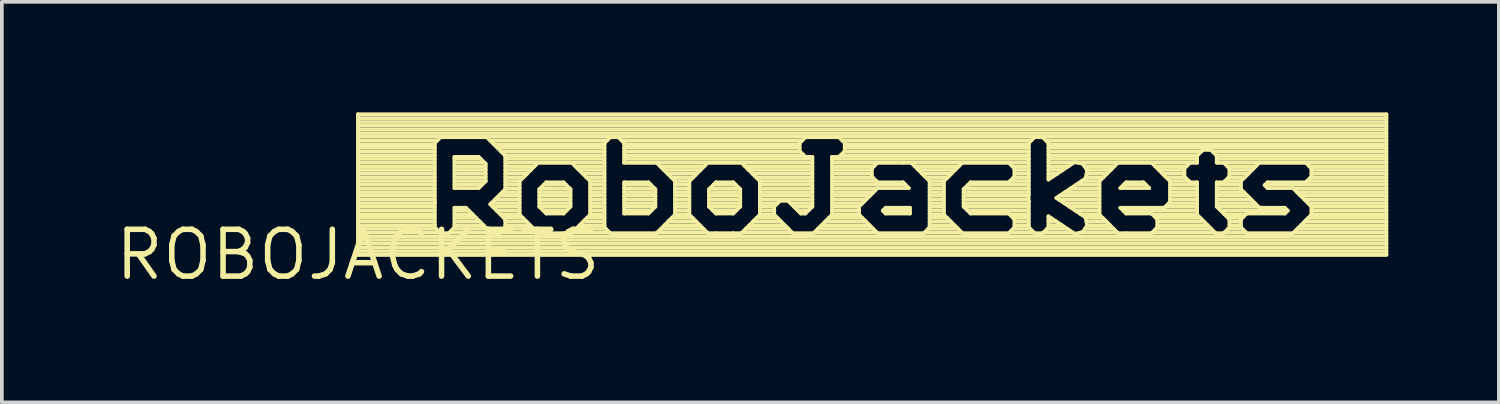
<source format=kicad_pcb>
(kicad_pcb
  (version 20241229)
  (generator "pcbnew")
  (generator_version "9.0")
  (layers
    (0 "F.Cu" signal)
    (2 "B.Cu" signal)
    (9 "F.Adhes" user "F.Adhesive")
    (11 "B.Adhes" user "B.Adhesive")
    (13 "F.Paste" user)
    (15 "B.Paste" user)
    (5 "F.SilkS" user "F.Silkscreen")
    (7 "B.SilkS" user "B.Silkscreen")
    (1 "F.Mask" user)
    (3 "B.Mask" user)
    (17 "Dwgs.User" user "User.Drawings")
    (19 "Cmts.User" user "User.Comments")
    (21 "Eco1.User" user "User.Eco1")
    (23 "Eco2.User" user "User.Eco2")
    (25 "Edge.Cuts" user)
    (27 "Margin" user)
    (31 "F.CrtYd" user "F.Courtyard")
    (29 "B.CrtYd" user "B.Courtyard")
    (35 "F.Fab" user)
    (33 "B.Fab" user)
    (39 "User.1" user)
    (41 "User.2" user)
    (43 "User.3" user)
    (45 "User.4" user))
  (footprint "ROBOJACKETS"
    (layer "F.Cu")
    (at 6.66 3.86)
    (property "Reference" "ROBOJACKETS" (at 0 0 0) (layer "F.SilkS") (effects (font (size 1.27 1.27) (thickness 0.15))))
    (fp_line (start 0 -3.81) (end 27.9 -3.81) (stroke (width 0.1) (type solid)) (layer "F.SilkS"))
    (fp_line (start 0 -3.8) (end 27.9 -3.8) (stroke (width 0.1) (type solid)) (layer "F.SilkS"))
    (fp_line (start 0 -3.7) (end 27.9 -3.7) (stroke (width 0.1) (type solid)) (layer "F.SilkS"))
    (fp_line (start 0 -3.6) (end 27.9 -3.6) (stroke (width 0.1) (type solid)) (layer "F.SilkS"))
    (fp_line (start 0 -3.5) (end 27.9 -3.5) (stroke (width 0.1) (type solid)) (layer "F.SilkS"))
    (fp_line (start 0 -3.4) (end 27.9 -3.4) (stroke (width 0.1) (type solid)) (layer "F.SilkS"))
    (fp_line (start 0 -3.3) (end 27.9 -3.3) (stroke (width 0.1) (type solid)) (layer "F.SilkS"))
    (fp_line (start 0 -3.2) (end 27.9 -3.2) (stroke (width 0.1) (type solid)) (layer "F.SilkS"))
    (fp_line (start 0 -3.1) (end 2.154 -3.1) (stroke (width 0.1) (type solid)) (layer "F.SilkS"))
    (fp_line (start 0 -3) (end 2.085 -3) (stroke (width 0.1) (type solid)) (layer "F.SilkS"))
    (fp_line (start 0 -2.9) (end 2.085 -2.9) (stroke (width 0.1) (type solid)) (layer "F.SilkS"))
    (fp_line (start 0 -2.8) (end 2.085 -2.8) (stroke (width 0.1) (type solid)) (layer "F.SilkS"))
    (fp_line (start 0 -2.7) (end 2.085 -2.7) (stroke (width 0.1) (type solid)) (layer "F.SilkS"))
    (fp_line (start 0 -2.6) (end 2.085 -2.6) (stroke (width 0.1) (type solid)) (layer "F.SilkS"))
    (fp_line (start 0 -2.5) (end 2.085 -2.5) (stroke (width 0.1) (type solid)) (layer "F.SilkS"))
    (fp_line (start 0 -2.4) (end 2.085 -2.4) (stroke (width 0.1) (type solid)) (layer "F.SilkS"))
    (fp_line (start 0 -2.3) (end 2.085 -2.3) (stroke (width 0.1) (type solid)) (layer "F.SilkS"))
    (fp_line (start 0 -2.2) (end 2.085 -2.2) (stroke (width 0.1) (type solid)) (layer "F.SilkS"))
    (fp_line (start 0 -2.1) (end 2.085 -2.1) (stroke (width 0.1) (type solid)) (layer "F.SilkS"))
    (fp_line (start 0 -2) (end 2.085 -2) (stroke (width 0.1) (type solid)) (layer "F.SilkS"))
    (fp_line (start 0 -1.9) (end 2.085 -1.9) (stroke (width 0.1) (type solid)) (layer "F.SilkS"))
    (fp_line (start 0 -1.8) (end 2.085 -1.8) (stroke (width 0.1) (type solid)) (layer "F.SilkS"))
    (fp_line (start 0 -1.7) (end 2.085 -1.7) (stroke (width 0.1) (type solid)) (layer "F.SilkS"))
    (fp_line (start 0 -1.6) (end 2.085 -1.6) (stroke (width 0.1) (type solid)) (layer "F.SilkS"))
    (fp_line (start 0 -1.5) (end 2.085 -1.5) (stroke (width 0.1) (type solid)) (layer "F.SilkS"))
    (fp_line (start 0 -1.4) (end 2.085 -1.4) (stroke (width 0.1) (type solid)) (layer "F.SilkS"))
    (fp_line (start 0 -1.3) (end 2.085 -1.3) (stroke (width 0.1) (type solid)) (layer "F.SilkS"))
    (fp_line (start 0 -1.2) (end 2.085 -1.2) (stroke (width 0.1) (type solid)) (layer "F.SilkS"))
    (fp_line (start 0 -1.1) (end 2.085 -1.1) (stroke (width 0.1) (type solid)) (layer "F.SilkS"))
    (fp_line (start 0 -1) (end 2.085 -1) (stroke (width 0.1) (type solid)) (layer "F.SilkS"))
    (fp_line (start 0 -0.9) (end 2.085 -0.9) (stroke (width 0.1) (type solid)) (layer "F.SilkS"))
    (fp_line (start 0 -0.8) (end 2.085 -0.8) (stroke (width 0.1) (type solid)) (layer "F.SilkS"))
    (fp_line (start 0 -0.7) (end 2.126 -0.7) (stroke (width 0.1) (type solid)) (layer "F.SilkS"))
    (fp_line (start 0 -0.6) (end 2.226 -0.6) (stroke (width 0.1) (type solid)) (layer "F.SilkS"))
    (fp_line (start 0 -0.5) (end 27.9 -0.5) (stroke (width 0.1) (type solid)) (layer "F.SilkS"))
    (fp_line (start 0 -0.4) (end 27.9 -0.4) (stroke (width 0.1) (type solid)) (layer "F.SilkS"))
    (fp_line (start 0 -0.3) (end 27.9 -0.3) (stroke (width 0.1) (type solid)) (layer "F.SilkS"))
    (fp_line (start 0 -0.2) (end 27.9 -0.2) (stroke (width 0.1) (type solid)) (layer "F.SilkS"))
    (fp_line (start 0 -0.1) (end 27.9 -0.1) (stroke (width 0.1) (type solid)) (layer "F.SilkS"))
    (fp_line (start 0 0) (end 0 -3.81) (stroke (width 0.1) (type solid)) (layer "F.SilkS"))
    (fp_line (start 0 0) (end 27.9 0) (stroke (width 0.1) (type solid)) (layer "F.SilkS"))
    (fp_line (start 2.085 -3.031) (end 2.085 -1.431) (stroke (width 0.1) (type solid)) (layer "F.SilkS"))
    (fp_line (start 2.085 -1.431) (end 2.085 -0.741) (stroke (width 0.1) (type solid)) (layer "F.SilkS"))
    (fp_line (start 2.085 -0.741) (end 2.241 -0.585) (stroke (width 0.1) (type solid)) (layer "F.SilkS"))
    (fp_line (start 2.241 -3.187) (end 2.085 -3.031) (stroke (width 0.1) (type solid)) (layer "F.SilkS"))
    (fp_line (start 2.241 -0.585) (end 2.461 -0.585) (stroke (width 0.1) (type solid)) (layer "F.SilkS"))
    (fp_line (start 2.461 -0.585) (end 2.617 -0.741) (stroke (width 0.1) (type solid)) (layer "F.SilkS"))
    (fp_line (start 2.476 -0.6) (end 3.606 -0.6) (stroke (width 0.1) (type solid)) (layer "F.SilkS"))
    (fp_line (start 2.576 -0.7) (end 3.506 -0.7) (stroke (width 0.1) (type solid)) (layer "F.SilkS"))
    (fp_line (start 2.617 -2.655) (end 3.276 -2.655) (stroke (width 0.1) (type solid)) (layer "F.SilkS"))
    (fp_line (start 2.617 -2.6) (end 3.331 -2.6) (stroke (width 0.1) (type solid)) (layer "F.SilkS"))
    (fp_line (start 2.617 -2.5) (end 3.431 -2.5) (stroke (width 0.1) (type solid)) (layer "F.SilkS"))
    (fp_line (start 2.617 -2.4) (end 3.465 -2.4) (stroke (width 0.1) (type solid)) (layer "F.SilkS"))
    (fp_line (start 2.617 -2.3) (end 3.465 -2.3) (stroke (width 0.1) (type solid)) (layer "F.SilkS"))
    (fp_line (start 2.617 -2.2) (end 3.465 -2.2) (stroke (width 0.1) (type solid)) (layer "F.SilkS"))
    (fp_line (start 2.617 -2.1) (end 3.465 -2.1) (stroke (width 0.1) (type solid)) (layer "F.SilkS"))
    (fp_line (start 2.617 -2) (end 3.465 -2) (stroke (width 0.1) (type solid)) (layer "F.SilkS"))
    (fp_line (start 2.617 -1.9) (end 3.369 -1.9) (stroke (width 0.1) (type solid)) (layer "F.SilkS"))
    (fp_line (start 2.617 -1.807) (end 2.617 -2.655) (stroke (width 0.1) (type solid)) (layer "F.SilkS"))
    (fp_line (start 2.617 -1.275) (end 2.931 -1.275) (stroke (width 0.1) (type solid)) (layer "F.SilkS"))
    (fp_line (start 2.617 -1.2) (end 3.006 -1.2) (stroke (width 0.1) (type solid)) (layer "F.SilkS"))
    (fp_line (start 2.617 -1.1) (end 3.106 -1.1) (stroke (width 0.1) (type solid)) (layer "F.SilkS"))
    (fp_line (start 2.617 -1) (end 3.206 -1) (stroke (width 0.1) (type solid)) (layer "F.SilkS"))
    (fp_line (start 2.617 -0.9) (end 3.306 -0.9) (stroke (width 0.1) (type solid)) (layer "F.SilkS"))
    (fp_line (start 2.617 -0.8) (end 3.406 -0.8) (stroke (width 0.1) (type solid)) (layer "F.SilkS"))
    (fp_line (start 2.617 -0.741) (end 2.617 -1.275) (stroke (width 0.1) (type solid)) (layer "F.SilkS"))
    (fp_line (start 2.931 -1.275) (end 3.621 -0.585) (stroke (width 0.1) (type solid)) (layer "F.SilkS"))
    (fp_line (start 3.276 -2.655) (end 3.465 -2.466) (stroke (width 0.1) (type solid)) (layer "F.SilkS"))
    (fp_line (start 3.276 -1.807) (end 2.617 -1.807) (stroke (width 0.1) (type solid)) (layer "F.SilkS"))
    (fp_line (start 3.465 -2.466) (end 3.465 -1.996) (stroke (width 0.1) (type solid)) (layer "F.SilkS"))
    (fp_line (start 3.465 -1.996) (end 3.276 -1.807) (stroke (width 0.1) (type solid)) (layer "F.SilkS"))
    (fp_line (start 3.496 -3.187) (end 2.241 -3.187) (stroke (width 0.1) (type solid)) (layer "F.SilkS"))
    (fp_line (start 3.583 -3.1) (end 6.758 -3.1) (stroke (width 0.1) (type solid)) (layer "F.SilkS"))
    (fp_line (start 3.589 -1.368) (end 3.997 -1.776) (stroke (width 0.1) (type solid)) (layer "F.SilkS"))
    (fp_line (start 3.621 -0.585) (end 3.841 -0.585) (stroke (width 0.1) (type solid)) (layer "F.SilkS"))
    (fp_line (start 3.621 -1.4) (end 4.387 -1.4) (stroke (width 0.1) (type solid)) (layer "F.SilkS"))
    (fp_line (start 3.658 -1.3) (end 4.387 -1.3) (stroke (width 0.1) (type solid)) (layer "F.SilkS"))
    (fp_line (start 3.683 -3) (end 6.689 -3) (stroke (width 0.1) (type solid)) (layer "F.SilkS"))
    (fp_line (start 3.721 -1.5) (end 4.387 -1.5) (stroke (width 0.1) (type solid)) (layer "F.SilkS"))
    (fp_line (start 3.758 -1.2) (end 4.387 -1.2) (stroke (width 0.1) (type solid)) (layer "F.SilkS"))
    (fp_line (start 3.783 -2.9) (end 6.689 -2.9) (stroke (width 0.1) (type solid)) (layer "F.SilkS"))
    (fp_line (start 3.821 -1.6) (end 4.387 -1.6) (stroke (width 0.1) (type solid)) (layer "F.SilkS"))
    (fp_line (start 3.841 -0.585) (end 3.997 -0.741) (stroke (width 0.1) (type solid)) (layer "F.SilkS"))
    (fp_line (start 3.856 -0.6) (end 4.873 -0.6) (stroke (width 0.1) (type solid)) (layer "F.SilkS"))
    (fp_line (start 3.858 -1.1) (end 4.387 -1.1) (stroke (width 0.1) (type solid)) (layer "F.SilkS"))
    (fp_line (start 3.883 -2.8) (end 6.689 -2.8) (stroke (width 0.1) (type solid)) (layer "F.SilkS"))
    (fp_line (start 3.921 -1.7) (end 4.387 -1.7) (stroke (width 0.1) (type solid)) (layer "F.SilkS"))
    (fp_line (start 3.956 -0.7) (end 4.773 -0.7) (stroke (width 0.1) (type solid)) (layer "F.SilkS"))
    (fp_line (start 3.958 -1) (end 4.473 -1) (stroke (width 0.1) (type solid)) (layer "F.SilkS"))
    (fp_line (start 3.983 -2.7) (end 6.689 -2.7) (stroke (width 0.1) (type solid)) (layer "F.SilkS"))
    (fp_line (start 3.993 -2.69) (end 3.496 -3.187) (stroke (width 0.1) (type solid)) (layer "F.SilkS"))
    (fp_line (start 3.997 -2.686) (end 3.993 -2.69) (stroke (width 0.1) (type solid)) (layer "F.SilkS"))
    (fp_line (start 3.997 -2.6) (end 6.689 -2.6) (stroke (width 0.1) (type solid)) (layer "F.SilkS"))
    (fp_line (start 3.997 -2.5) (end 6.689 -2.5) (stroke (width 0.1) (type solid)) (layer "F.SilkS"))
    (fp_line (start 3.997 -2.4) (end 4.791 -2.4) (stroke (width 0.1) (type solid)) (layer "F.SilkS"))
    (fp_line (start 3.997 -2.3) (end 4.691 -2.3) (stroke (width 0.1) (type solid)) (layer "F.SilkS"))
    (fp_line (start 3.997 -2.2) (end 4.591 -2.2) (stroke (width 0.1) (type solid)) (layer "F.SilkS"))
    (fp_line (start 3.997 -2.1) (end 4.491 -2.1) (stroke (width 0.1) (type solid)) (layer "F.SilkS"))
    (fp_line (start 3.997 -2) (end 4.391 -2) (stroke (width 0.1) (type solid)) (layer "F.SilkS"))
    (fp_line (start 3.997 -1.9) (end 4.387 -1.9) (stroke (width 0.1) (type solid)) (layer "F.SilkS"))
    (fp_line (start 3.997 -1.8) (end 4.387 -1.8) (stroke (width 0.1) (type solid)) (layer "F.SilkS"))
    (fp_line (start 3.997 -1.776) (end 3.997 -2.686) (stroke (width 0.1) (type solid)) (layer "F.SilkS"))
    (fp_line (start 3.997 -0.961) (end 3.589 -1.368) (stroke (width 0.1) (type solid)) (layer "F.SilkS"))
    (fp_line (start 3.997 -0.9) (end 4.573 -0.9) (stroke (width 0.1) (type solid)) (layer "F.SilkS"))
    (fp_line (start 3.997 -0.8) (end 4.673 -0.8) (stroke (width 0.1) (type solid)) (layer "F.SilkS"))
    (fp_line (start 3.997 -0.741) (end 3.997 -0.961) (stroke (width 0.1) (type solid)) (layer "F.SilkS"))
    (fp_line (start 4.387 -1.996) (end 4.387 -1.086) (stroke (width 0.1) (type solid)) (layer "F.SilkS"))
    (fp_line (start 4.387 -1.086) (end 4.888 -0.585) (stroke (width 0.1) (type solid)) (layer "F.SilkS"))
    (fp_line (start 4.543 -2.152) (end 4.387 -1.996) (stroke (width 0.1) (type solid)) (layer "F.SilkS"))
    (fp_line (start 4.888 -2.497) (end 4.543 -2.152) (stroke (width 0.1) (type solid)) (layer "F.SilkS"))
    (fp_line (start 4.888 -0.585) (end 5.108 -0.585) (stroke (width 0.1) (type solid)) (layer "F.SilkS"))
    (fp_line (start 4.919 -1.776) (end 5.108 -1.965) (stroke (width 0.1) (type solid)) (layer "F.SilkS"))
    (fp_line (start 4.919 -1.7) (end 5.767 -1.7) (stroke (width 0.1) (type solid)) (layer "F.SilkS"))
    (fp_line (start 4.919 -1.6) (end 5.767 -1.6) (stroke (width 0.1) (type solid)) (layer "F.SilkS"))
    (fp_line (start 4.919 -1.5) (end 5.767 -1.5) (stroke (width 0.1) (type solid)) (layer "F.SilkS"))
    (fp_line (start 4.919 -1.4) (end 5.767 -1.4) (stroke (width 0.1) (type solid)) (layer "F.SilkS"))
    (fp_line (start 4.919 -1.306) (end 4.919 -1.776) (stroke (width 0.1) (type solid)) (layer "F.SilkS"))
    (fp_line (start 4.925 -1.3) (end 5.761 -1.3) (stroke (width 0.1) (type solid)) (layer "F.SilkS"))
    (fp_line (start 4.943 -1.8) (end 5.743 -1.8) (stroke (width 0.1) (type solid)) (layer "F.SilkS"))
    (fp_line (start 5.025 -1.2) (end 5.661 -1.2) (stroke (width 0.1) (type solid)) (layer "F.SilkS"))
    (fp_line (start 5.043 -1.9) (end 5.643 -1.9) (stroke (width 0.1) (type solid)) (layer "F.SilkS"))
    (fp_line (start 5.108 -1.965) (end 5.578 -1.965) (stroke (width 0.1) (type solid)) (layer "F.SilkS"))
    (fp_line (start 5.108 -1.117) (end 4.919 -1.306) (stroke (width 0.1) (type solid)) (layer "F.SilkS"))
    (fp_line (start 5.108 -0.585) (end 5.578 -0.585) (stroke (width 0.1) (type solid)) (layer "F.SilkS"))
    (fp_line (start 5.578 -1.965) (end 5.767 -1.776) (stroke (width 0.1) (type solid)) (layer "F.SilkS"))
    (fp_line (start 5.578 -1.117) (end 5.108 -1.117) (stroke (width 0.1) (type solid)) (layer "F.SilkS"))
    (fp_line (start 5.578 -0.585) (end 5.798 -0.585) (stroke (width 0.1) (type solid)) (layer "F.SilkS"))
    (fp_line (start 5.767 -1.776) (end 5.767 -1.306) (stroke (width 0.1) (type solid)) (layer "F.SilkS"))
    (fp_line (start 5.767 -1.306) (end 5.578 -1.117) (stroke (width 0.1) (type solid)) (layer "F.SilkS"))
    (fp_line (start 5.798 -2.497) (end 4.888 -2.497) (stroke (width 0.1) (type solid)) (layer "F.SilkS"))
    (fp_line (start 5.798 -0.585) (end 6.143 -0.93) (stroke (width 0.1) (type solid)) (layer "F.SilkS"))
    (fp_line (start 5.813 -0.6) (end 6.83 -0.6) (stroke (width 0.1) (type solid)) (layer "F.SilkS"))
    (fp_line (start 5.895 -2.4) (end 6.689 -2.4) (stroke (width 0.1) (type solid)) (layer "F.SilkS"))
    (fp_line (start 5.913 -0.7) (end 6.73 -0.7) (stroke (width 0.1) (type solid)) (layer "F.SilkS"))
    (fp_line (start 5.954 -2.341) (end 5.798 -2.497) (stroke (width 0.1) (type solid)) (layer "F.SilkS"))
    (fp_line (start 5.995 -2.3) (end 6.689 -2.3) (stroke (width 0.1) (type solid)) (layer "F.SilkS"))
    (fp_line (start 6.013 -0.8) (end 6.689 -0.8) (stroke (width 0.1) (type solid)) (layer "F.SilkS"))
    (fp_line (start 6.095 -2.2) (end 6.689 -2.2) (stroke (width 0.1) (type solid)) (layer "F.SilkS"))
    (fp_line (start 6.113 -0.9) (end 6.689 -0.9) (stroke (width 0.1) (type solid)) (layer "F.SilkS"))
    (fp_line (start 6.143 -0.93) (end 6.299 -1.086) (stroke (width 0.1) (type solid)) (layer "F.SilkS"))
    (fp_line (start 6.195 -2.1) (end 6.689 -2.1) (stroke (width 0.1) (type solid)) (layer "F.SilkS"))
    (fp_line (start 6.213 -1) (end 6.689 -1) (stroke (width 0.1) (type solid)) (layer "F.SilkS"))
    (fp_line (start 6.295 -2) (end 6.689 -2) (stroke (width 0.1) (type solid)) (layer "F.SilkS"))
    (fp_line (start 6.299 -1.996) (end 5.954 -2.341) (stroke (width 0.1) (type solid)) (layer "F.SilkS"))
    (fp_line (start 6.299 -1.9) (end 6.689 -1.9) (stroke (width 0.1) (type solid)) (layer "F.SilkS"))
    (fp_line (start 6.299 -1.8) (end 6.689 -1.8) (stroke (width 0.1) (type solid)) (layer "F.SilkS"))
    (fp_line (start 6.299 -1.7) (end 6.689 -1.7) (stroke (width 0.1) (type solid)) (layer "F.SilkS"))
    (fp_line (start 6.299 -1.6) (end 6.689 -1.6) (stroke (width 0.1) (type solid)) (layer "F.SilkS"))
    (fp_line (start 6.299 -1.5) (end 6.689 -1.5) (stroke (width 0.1) (type solid)) (layer "F.SilkS"))
    (fp_line (start 6.299 -1.4) (end 6.689 -1.4) (stroke (width 0.1) (type solid)) (layer "F.SilkS"))
    (fp_line (start 6.299 -1.3) (end 6.689 -1.3) (stroke (width 0.1) (type solid)) (layer "F.SilkS"))
    (fp_line (start 6.299 -1.2) (end 6.689 -1.2) (stroke (width 0.1) (type solid)) (layer "F.SilkS"))
    (fp_line (start 6.299 -1.1) (end 6.689 -1.1) (stroke (width 0.1) (type solid)) (layer "F.SilkS"))
    (fp_line (start 6.299 -1.086) (end 6.299 -1.996) (stroke (width 0.1) (type solid)) (layer "F.SilkS"))
    (fp_line (start 6.689 -3.031) (end 6.689 -0.741) (stroke (width 0.1) (type solid)) (layer "F.SilkS"))
    (fp_line (start 6.689 -0.741) (end 6.845 -0.585) (stroke (width 0.1) (type solid)) (layer "F.SilkS"))
    (fp_line (start 6.845 -3.187) (end 6.689 -3.031) (stroke (width 0.1) (type solid)) (layer "F.SilkS"))
    (fp_line (start 6.845 -0.585) (end 8.1 -0.585) (stroke (width 0.1) (type solid)) (layer "F.SilkS"))
    (fp_line (start 7.065 -3.187) (end 6.845 -3.187) (stroke (width 0.1) (type solid)) (layer "F.SilkS"))
    (fp_line (start 7.152 -3.1) (end 12.052 -3.1) (stroke (width 0.1) (type solid)) (layer "F.SilkS"))
    (fp_line (start 7.221 -3.031) (end 7.065 -3.187) (stroke (width 0.1) (type solid)) (layer "F.SilkS"))
    (fp_line (start 7.221 -3) (end 11.983 -3) (stroke (width 0.1) (type solid)) (layer "F.SilkS"))
    (fp_line (start 7.221 -2.9) (end 11.983 -2.9) (stroke (width 0.1) (type solid)) (layer "F.SilkS"))
    (fp_line (start 7.221 -2.8) (end 11.994 -2.8) (stroke (width 0.1) (type solid)) (layer "F.SilkS"))
    (fp_line (start 7.221 -2.7) (end 12.094 -2.7) (stroke (width 0.1) (type solid)) (layer "F.SilkS"))
    (fp_line (start 7.221 -2.6) (end 12.328 -2.6) (stroke (width 0.1) (type solid)) (layer "F.SilkS"))
    (fp_line (start 7.221 -2.5) (end 12.328 -2.5) (stroke (width 0.1) (type solid)) (layer "F.SilkS"))
    (fp_line (start 7.221 -2.497) (end 7.221 -3.031) (stroke (width 0.1) (type solid)) (layer "F.SilkS"))
    (fp_line (start 7.221 -1.965) (end 7.88 -1.965) (stroke (width 0.1) (type solid)) (layer "F.SilkS"))
    (fp_line (start 7.221 -1.9) (end 7.945 -1.9) (stroke (width 0.1) (type solid)) (layer "F.SilkS"))
    (fp_line (start 7.221 -1.8) (end 8.045 -1.8) (stroke (width 0.1) (type solid)) (layer "F.SilkS"))
    (fp_line (start 7.221 -1.7) (end 8.069 -1.7) (stroke (width 0.1) (type solid)) (layer "F.SilkS"))
    (fp_line (start 7.221 -1.6) (end 8.069 -1.6) (stroke (width 0.1) (type solid)) (layer "F.SilkS"))
    (fp_line (start 7.221 -1.5) (end 8.069 -1.5) (stroke (width 0.1) (type solid)) (layer "F.SilkS"))
    (fp_line (start 7.221 -1.4) (end 8.069 -1.4) (stroke (width 0.1) (type solid)) (layer "F.SilkS"))
    (fp_line (start 7.221 -1.3) (end 8.063 -1.3) (stroke (width 0.1) (type solid)) (layer "F.SilkS"))
    (fp_line (start 7.221 -1.2) (end 7.963 -1.2) (stroke (width 0.1) (type solid)) (layer "F.SilkS"))
    (fp_line (start 7.221 -1.117) (end 7.221 -1.965) (stroke (width 0.1) (type solid)) (layer "F.SilkS"))
    (fp_line (start 7.88 -1.965) (end 8.069 -1.776) (stroke (width 0.1) (type solid)) (layer "F.SilkS"))
    (fp_line (start 7.88 -1.117) (end 7.221 -1.117) (stroke (width 0.1) (type solid)) (layer "F.SilkS"))
    (fp_line (start 8.069 -1.776) (end 8.069 -1.306) (stroke (width 0.1) (type solid)) (layer "F.SilkS"))
    (fp_line (start 8.069 -1.306) (end 7.88 -1.117) (stroke (width 0.1) (type solid)) (layer "F.SilkS"))
    (fp_line (start 8.1 -2.497) (end 7.221 -2.497) (stroke (width 0.1) (type solid)) (layer "F.SilkS"))
    (fp_line (start 8.1 -0.585) (end 8.445 -0.93) (stroke (width 0.1) (type solid)) (layer "F.SilkS"))
    (fp_line (start 8.115 -0.6) (end 9.477 -0.6) (stroke (width 0.1) (type solid)) (layer "F.SilkS"))
    (fp_line (start 8.197 -2.4) (end 9.395 -2.4) (stroke (width 0.1) (type solid)) (layer "F.SilkS"))
    (fp_line (start 8.215 -0.7) (end 9.377 -0.7) (stroke (width 0.1) (type solid)) (layer "F.SilkS"))
    (fp_line (start 8.256 -2.341) (end 8.1 -2.497) (stroke (width 0.1) (type solid)) (layer "F.SilkS"))
    (fp_line (start 8.297 -2.3) (end 9.295 -2.3) (stroke (width 0.1) (type solid)) (layer "F.SilkS"))
    (fp_line (start 8.315 -0.8) (end 9.277 -0.8) (stroke (width 0.1) (type solid)) (layer "F.SilkS"))
    (fp_line (start 8.397 -2.2) (end 9.195 -2.2) (stroke (width 0.1) (type solid)) (layer "F.SilkS"))
    (fp_line (start 8.415 -0.9) (end 9.177 -0.9) (stroke (width 0.1) (type solid)) (layer "F.SilkS"))
    (fp_line (start 8.445 -0.93) (end 8.601 -1.086) (stroke (width 0.1) (type solid)) (layer "F.SilkS"))
    (fp_line (start 8.497 -2.1) (end 9.095 -2.1) (stroke (width 0.1) (type solid)) (layer "F.SilkS"))
    (fp_line (start 8.515 -1) (end 9.077 -1) (stroke (width 0.1) (type solid)) (layer "F.SilkS"))
    (fp_line (start 8.597 -2) (end 8.995 -2) (stroke (width 0.1) (type solid)) (layer "F.SilkS"))
    (fp_line (start 8.601 -1.996) (end 8.256 -2.341) (stroke (width 0.1) (type solid)) (layer "F.SilkS"))
    (fp_line (start 8.601 -1.9) (end 8.991 -1.9) (stroke (width 0.1) (type solid)) (layer "F.SilkS"))
    (fp_line (start 8.601 -1.8) (end 8.991 -1.8) (stroke (width 0.1) (type solid)) (layer "F.SilkS"))
    (fp_line (start 8.601 -1.7) (end 8.991 -1.7) (stroke (width 0.1) (type solid)) (layer "F.SilkS"))
    (fp_line (start 8.601 -1.6) (end 8.991 -1.6) (stroke (width 0.1) (type solid)) (layer "F.SilkS"))
    (fp_line (start 8.601 -1.5) (end 8.991 -1.5) (stroke (width 0.1) (type solid)) (layer "F.SilkS"))
    (fp_line (start 8.601 -1.4) (end 8.991 -1.4) (stroke (width 0.1) (type solid)) (layer "F.SilkS"))
    (fp_line (start 8.601 -1.3) (end 8.991 -1.3) (stroke (width 0.1) (type solid)) (layer "F.SilkS"))
    (fp_line (start 8.601 -1.2) (end 8.991 -1.2) (stroke (width 0.1) (type solid)) (layer "F.SilkS"))
    (fp_line (start 8.601 -1.1) (end 8.991 -1.1) (stroke (width 0.1) (type solid)) (layer "F.SilkS"))
    (fp_line (start 8.601 -1.086) (end 8.601 -1.996) (stroke (width 0.1) (type solid)) (layer "F.SilkS"))
    (fp_line (start 8.991 -1.996) (end 8.991 -1.086) (stroke (width 0.1) (type solid)) (layer "F.SilkS"))
    (fp_line (start 8.991 -1.086) (end 9.492 -0.585) (stroke (width 0.1) (type solid)) (layer "F.SilkS"))
    (fp_line (start 9.147 -2.152) (end 8.991 -1.996) (stroke (width 0.1) (type solid)) (layer "F.SilkS"))
    (fp_line (start 9.492 -2.497) (end 9.147 -2.152) (stroke (width 0.1) (type solid)) (layer "F.SilkS"))
    (fp_line (start 9.492 -0.585) (end 9.712 -0.585) (stroke (width 0.1) (type solid)) (layer "F.SilkS"))
    (fp_line (start 9.523 -1.776) (end 9.712 -1.965) (stroke (width 0.1) (type solid)) (layer "F.SilkS"))
    (fp_line (start 9.523 -1.7) (end 10.371 -1.7) (stroke (width 0.1) (type solid)) (layer "F.SilkS"))
    (fp_line (start 9.523 -1.6) (end 10.371 -1.6) (stroke (width 0.1) (type solid)) (layer "F.SilkS"))
    (fp_line (start 9.523 -1.5) (end 10.371 -1.5) (stroke (width 0.1) (type solid)) (layer "F.SilkS"))
    (fp_line (start 9.523 -1.4) (end 10.371 -1.4) (stroke (width 0.1) (type solid)) (layer "F.SilkS"))
    (fp_line (start 9.523 -1.306) (end 9.523 -1.776) (stroke (width 0.1) (type solid)) (layer "F.SilkS"))
    (fp_line (start 9.529 -1.3) (end 10.365 -1.3) (stroke (width 0.1) (type solid)) (layer "F.SilkS"))
    (fp_line (start 9.547 -1.8) (end 10.347 -1.8) (stroke (width 0.1) (type solid)) (layer "F.SilkS"))
    (fp_line (start 9.629 -1.2) (end 10.265 -1.2) (stroke (width 0.1) (type solid)) (layer "F.SilkS"))
    (fp_line (start 9.647 -1.9) (end 10.247 -1.9) (stroke (width 0.1) (type solid)) (layer "F.SilkS"))
    (fp_line (start 9.712 -1.965) (end 10.182 -1.965) (stroke (width 0.1) (type solid)) (layer "F.SilkS"))
    (fp_line (start 9.712 -1.117) (end 9.523 -1.306) (stroke (width 0.1) (type solid)) (layer "F.SilkS"))
    (fp_line (start 9.712 -0.585) (end 10.182 -0.585) (stroke (width 0.1) (type solid)) (layer "F.SilkS"))
    (fp_line (start 10.182 -1.965) (end 10.371 -1.776) (stroke (width 0.1) (type solid)) (layer "F.SilkS"))
    (fp_line (start 10.182 -1.117) (end 9.712 -1.117) (stroke (width 0.1) (type solid)) (layer "F.SilkS"))
    (fp_line (start 10.182 -0.585) (end 10.402 -0.585) (stroke (width 0.1) (type solid)) (layer "F.SilkS"))
    (fp_line (start 10.371 -1.776) (end 10.371 -1.306) (stroke (width 0.1) (type solid)) (layer "F.SilkS"))
    (fp_line (start 10.371 -1.306) (end 10.182 -1.117) (stroke (width 0.1) (type solid)) (layer "F.SilkS"))
    (fp_line (start 10.402 -2.497) (end 9.492 -2.497) (stroke (width 0.1) (type solid)) (layer "F.SilkS"))
    (fp_line (start 10.402 -0.585) (end 10.747 -0.93) (stroke (width 0.1) (type solid)) (layer "F.SilkS"))
    (fp_line (start 10.417 -0.6) (end 11.779 -0.6) (stroke (width 0.1) (type solid)) (layer "F.SilkS"))
    (fp_line (start 10.499 -2.4) (end 12.328 -2.4) (stroke (width 0.1) (type solid)) (layer "F.SilkS"))
    (fp_line (start 10.517 -0.7) (end 11.679 -0.7) (stroke (width 0.1) (type solid)) (layer "F.SilkS"))
    (fp_line (start 10.558 -2.341) (end 10.402 -2.497) (stroke (width 0.1) (type solid)) (layer "F.SilkS"))
    (fp_line (start 10.599 -2.3) (end 12.328 -2.3) (stroke (width 0.1) (type solid)) (layer "F.SilkS"))
    (fp_line (start 10.617 -0.8) (end 11.579 -0.8) (stroke (width 0.1) (type solid)) (layer "F.SilkS"))
    (fp_line (start 10.699 -2.2) (end 12.328 -2.2) (stroke (width 0.1) (type solid)) (layer "F.SilkS"))
    (fp_line (start 10.717 -0.9) (end 11.479 -0.9) (stroke (width 0.1) (type solid)) (layer "F.SilkS"))
    (fp_line (start 10.747 -0.93) (end 10.903 -1.086) (stroke (width 0.1) (type solid)) (layer "F.SilkS"))
    (fp_line (start 10.799 -2.1) (end 12.328 -2.1) (stroke (width 0.1) (type solid)) (layer "F.SilkS"))
    (fp_line (start 10.817 -1) (end 11.379 -1) (stroke (width 0.1) (type solid)) (layer "F.SilkS"))
    (fp_line (start 10.899 -2) (end 12.328 -2) (stroke (width 0.1) (type solid)) (layer "F.SilkS"))
    (fp_line (start 10.903 -1.996) (end 10.558 -2.341) (stroke (width 0.1) (type solid)) (layer "F.SilkS"))
    (fp_line (start 10.903 -1.9) (end 12.328 -1.9) (stroke (width 0.1) (type solid)) (layer "F.SilkS"))
    (fp_line (start 10.903 -1.8) (end 12.328 -1.8) (stroke (width 0.1) (type solid)) (layer "F.SilkS"))
    (fp_line (start 10.903 -1.7) (end 12.328 -1.7) (stroke (width 0.1) (type solid)) (layer "F.SilkS"))
    (fp_line (start 10.903 -1.6) (end 12.328 -1.6) (stroke (width 0.1) (type solid)) (layer "F.SilkS"))
    (fp_line (start 10.903 -1.5) (end 12.328 -1.5) (stroke (width 0.1) (type solid)) (layer "F.SilkS"))
    (fp_line (start 10.903 -1.4) (end 11.387 -1.4) (stroke (width 0.1) (type solid)) (layer "F.SilkS"))
    (fp_line (start 10.903 -1.3) (end 11.293 -1.3) (stroke (width 0.1) (type solid)) (layer "F.SilkS"))
    (fp_line (start 10.903 -1.2) (end 11.293 -1.2) (stroke (width 0.1) (type solid)) (layer "F.SilkS"))
    (fp_line (start 10.903 -1.1) (end 11.293 -1.1) (stroke (width 0.1) (type solid)) (layer "F.SilkS"))
    (fp_line (start 10.903 -1.086) (end 10.903 -1.996) (stroke (width 0.1) (type solid)) (layer "F.SilkS"))
    (fp_line (start 11.293 -1.306) (end 11.293 -1.086) (stroke (width 0.1) (type solid)) (layer "F.SilkS"))
    (fp_line (start 11.293 -1.086) (end 11.638 -0.741) (stroke (width 0.1) (type solid)) (layer "F.SilkS"))
    (fp_line (start 11.449 -1.462) (end 11.293 -1.306) (stroke (width 0.1) (type solid)) (layer "F.SilkS"))
    (fp_line (start 11.638 -0.741) (end 11.794 -0.585) (stroke (width 0.1) (type solid)) (layer "F.SilkS"))
    (fp_line (start 11.669 -1.462) (end 11.449 -1.462) (stroke (width 0.1) (type solid)) (layer "F.SilkS"))
    (fp_line (start 11.731 -1.4) (end 12.328 -1.4) (stroke (width 0.1) (type solid)) (layer "F.SilkS"))
    (fp_line (start 11.794 -0.585) (end 12.359 -0.585) (stroke (width 0.1) (type solid)) (layer "F.SilkS"))
    (fp_line (start 11.831 -1.3) (end 12.322 -1.3) (stroke (width 0.1) (type solid)) (layer "F.SilkS"))
    (fp_line (start 11.931 -1.2) (end 12.222 -1.2) (stroke (width 0.1) (type solid)) (layer "F.SilkS"))
    (fp_line (start 11.983 -3.031) (end 11.983 -2.811) (stroke (width 0.1) (type solid)) (layer "F.SilkS"))
    (fp_line (start 11.983 -2.811) (end 12.139 -2.655) (stroke (width 0.1) (type solid)) (layer "F.SilkS"))
    (fp_line (start 12.014 -1.117) (end 11.669 -1.462) (stroke (width 0.1) (type solid)) (layer "F.SilkS"))
    (fp_line (start 12.139 -3.187) (end 11.983 -3.031) (stroke (width 0.1) (type solid)) (layer "F.SilkS"))
    (fp_line (start 12.139 -2.655) (end 12.328 -2.655) (stroke (width 0.1) (type solid)) (layer "F.SilkS"))
    (fp_line (start 12.139 -1.117) (end 12.014 -1.117) (stroke (width 0.1) (type solid)) (layer "F.SilkS"))
    (fp_line (start 12.328 -2.655) (end 12.328 -1.306) (stroke (width 0.1) (type solid)) (layer "F.SilkS"))
    (fp_line (start 12.328 -1.306) (end 12.139 -1.117) (stroke (width 0.1) (type solid)) (layer "F.SilkS"))
    (fp_line (start 12.359 -0.585) (end 12.86 -1.086) (stroke (width 0.1) (type solid)) (layer "F.SilkS"))
    (fp_line (start 12.374 -0.6) (end 14.081 -0.6) (stroke (width 0.1) (type solid)) (layer "F.SilkS"))
    (fp_line (start 12.474 -0.7) (end 13.981 -0.7) (stroke (width 0.1) (type solid)) (layer "F.SilkS"))
    (fp_line (start 12.574 -0.8) (end 13.881 -0.8) (stroke (width 0.1) (type solid)) (layer "F.SilkS"))
    (fp_line (start 12.674 -0.9) (end 13.781 -0.9) (stroke (width 0.1) (type solid)) (layer "F.SilkS"))
    (fp_line (start 12.774 -1) (end 13.681 -1) (stroke (width 0.1) (type solid)) (layer "F.SilkS"))
    (fp_line (start 12.86 -2.655) (end 13.049 -2.655) (stroke (width 0.1) (type solid)) (layer "F.SilkS"))
    (fp_line (start 12.86 -2.6) (end 18.199 -2.6) (stroke (width 0.1) (type solid)) (layer "F.SilkS"))
    (fp_line (start 12.86 -2.5) (end 18.199 -2.5) (stroke (width 0.1) (type solid)) (layer "F.SilkS"))
    (fp_line (start 12.86 -2.4) (end 13.999 -2.4) (stroke (width 0.1) (type solid)) (layer "F.SilkS"))
    (fp_line (start 12.86 -2.3) (end 13.94 -2.3) (stroke (width 0.1) (type solid)) (layer "F.SilkS"))
    (fp_line (start 12.86 -2.2) (end 13.94 -2.2) (stroke (width 0.1) (type solid)) (layer "F.SilkS"))
    (fp_line (start 12.86 -2.1) (end 13.961 -2.1) (stroke (width 0.1) (type solid)) (layer "F.SilkS"))
    (fp_line (start 12.86 -2) (end 14.061 -2) (stroke (width 0.1) (type solid)) (layer "F.SilkS"))
    (fp_line (start 12.86 -1.9) (end 14.851 -1.9) (stroke (width 0.1) (type solid)) (layer "F.SilkS"))
    (fp_line (start 12.86 -1.8) (end 14.089 -1.8) (stroke (width 0.1) (type solid)) (layer "F.SilkS"))
    (fp_line (start 12.86 -1.7) (end 13.989 -1.7) (stroke (width 0.1) (type solid)) (layer "F.SilkS"))
    (fp_line (start 12.86 -1.6) (end 13.889 -1.6) (stroke (width 0.1) (type solid)) (layer "F.SilkS"))
    (fp_line (start 12.86 -1.5) (end 13.789 -1.5) (stroke (width 0.1) (type solid)) (layer "F.SilkS"))
    (fp_line (start 12.86 -1.4) (end 13.689 -1.4) (stroke (width 0.1) (type solid)) (layer "F.SilkS"))
    (fp_line (start 12.86 -1.3) (end 13.595 -1.3) (stroke (width 0.1) (type solid)) (layer "F.SilkS"))
    (fp_line (start 12.86 -1.2) (end 13.595 -1.2) (stroke (width 0.1) (type solid)) (layer "F.SilkS"))
    (fp_line (start 12.86 -1.1) (end 13.595 -1.1) (stroke (width 0.1) (type solid)) (layer "F.SilkS"))
    (fp_line (start 12.86 -1.086) (end 12.86 -2.655) (stroke (width 0.1) (type solid)) (layer "F.SilkS"))
    (fp_line (start 13.049 -3.187) (end 12.139 -3.187) (stroke (width 0.1) (type solid)) (layer "F.SilkS"))
    (fp_line (start 13.049 -2.655) (end 13.205 -2.811) (stroke (width 0.1) (type solid)) (layer "F.SilkS"))
    (fp_line (start 13.094 -2.7) (end 18.199 -2.7) (stroke (width 0.1) (type solid)) (layer "F.SilkS"))
    (fp_line (start 13.136 -3.1) (end 18.268 -3.1) (stroke (width 0.1) (type solid)) (layer "F.SilkS"))
    (fp_line (start 13.194 -2.8) (end 18.199 -2.8) (stroke (width 0.1) (type solid)) (layer "F.SilkS"))
    (fp_line (start 13.205 -3.031) (end 13.049 -3.187) (stroke (width 0.1) (type solid)) (layer "F.SilkS"))
    (fp_line (start 13.205 -3) (end 18.199 -3) (stroke (width 0.1) (type solid)) (layer "F.SilkS"))
    (fp_line (start 13.205 -2.9) (end 18.199 -2.9) (stroke (width 0.1) (type solid)) (layer "F.SilkS"))
    (fp_line (start 13.205 -2.811) (end 13.205 -3.031) (stroke (width 0.1) (type solid)) (layer "F.SilkS"))
    (fp_line (start 13.595 -1.306) (end 13.595 -1.086) (stroke (width 0.1) (type solid)) (layer "F.SilkS"))
    (fp_line (start 13.595 -1.086) (end 13.751 -0.93) (stroke (width 0.1) (type solid)) (layer "F.SilkS"))
    (fp_line (start 13.751 -0.93) (end 14.096 -0.585) (stroke (width 0.1) (type solid)) (layer "F.SilkS"))
    (fp_line (start 13.94 -2.341) (end 13.94 -2.121) (stroke (width 0.1) (type solid)) (layer "F.SilkS"))
    (fp_line (start 13.94 -2.121) (end 14.096 -1.965) (stroke (width 0.1) (type solid)) (layer "F.SilkS"))
    (fp_line (start 13.94 -1.651) (end 13.595 -1.306) (stroke (width 0.1) (type solid)) (layer "F.SilkS"))
    (fp_line (start 14.096 -2.497) (end 13.94 -2.341) (stroke (width 0.1) (type solid)) (layer "F.SilkS"))
    (fp_line (start 14.096 -1.965) (end 14.786 -1.965) (stroke (width 0.1) (type solid)) (layer "F.SilkS"))
    (fp_line (start 14.096 -1.807) (end 13.94 -1.651) (stroke (width 0.1) (type solid)) (layer "F.SilkS"))
    (fp_line (start 14.096 -0.585) (end 15.351 -0.585) (stroke (width 0.1) (type solid)) (layer "F.SilkS"))
    (fp_line (start 14.237 -1.196) (end 14.316 -1.275) (stroke (width 0.1) (type solid)) (layer "F.SilkS"))
    (fp_line (start 14.241 -1.2) (end 14.975 -1.2) (stroke (width 0.1) (type solid)) (layer "F.SilkS"))
    (fp_line (start 14.316 -1.275) (end 14.975 -1.275) (stroke (width 0.1) (type solid)) (layer "F.SilkS"))
    (fp_line (start 14.316 -1.117) (end 14.237 -1.196) (stroke (width 0.1) (type solid)) (layer "F.SilkS"))
    (fp_line (start 14.786 -2.497) (end 14.096 -2.497) (stroke (width 0.1) (type solid)) (layer "F.SilkS"))
    (fp_line (start 14.786 -1.965) (end 14.944 -1.807) (stroke (width 0.1) (type solid)) (layer "F.SilkS"))
    (fp_line (start 14.944 -1.807) (end 14.096 -1.807) (stroke (width 0.1) (type solid)) (layer "F.SilkS"))
    (fp_line (start 14.975 -1.275) (end 14.975 -1.117) (stroke (width 0.1) (type solid)) (layer "F.SilkS"))
    (fp_line (start 14.975 -1.117) (end 14.316 -1.117) (stroke (width 0.1) (type solid)) (layer "F.SilkS"))
    (fp_line (start 15.006 -2.497) (end 14.786 -2.497) (stroke (width 0.1) (type solid)) (layer "F.SilkS"))
    (fp_line (start 15.103 -2.4) (end 16.301 -2.4) (stroke (width 0.1) (type solid)) (layer "F.SilkS"))
    (fp_line (start 15.203 -2.3) (end 16.201 -2.3) (stroke (width 0.1) (type solid)) (layer "F.SilkS"))
    (fp_line (start 15.303 -2.2) (end 16.101 -2.2) (stroke (width 0.1) (type solid)) (layer "F.SilkS"))
    (fp_line (start 15.351 -2.152) (end 15.006 -2.497) (stroke (width 0.1) (type solid)) (layer "F.SilkS"))
    (fp_line (start 15.351 -0.585) (end 15.507 -0.741) (stroke (width 0.1) (type solid)) (layer "F.SilkS"))
    (fp_line (start 15.366 -0.6) (end 16.383 -0.6) (stroke (width 0.1) (type solid)) (layer "F.SilkS"))
    (fp_line (start 15.403 -2.1) (end 16.001 -2.1) (stroke (width 0.1) (type solid)) (layer "F.SilkS"))
    (fp_line (start 15.466 -0.7) (end 16.282 -0.7) (stroke (width 0.1) (type solid)) (layer "F.SilkS"))
    (fp_line (start 15.503 -2) (end 15.901 -2) (stroke (width 0.1) (type solid)) (layer "F.SilkS"))
    (fp_line (start 15.507 -1.996) (end 15.351 -2.152) (stroke (width 0.1) (type solid)) (layer "F.SilkS"))
    (fp_line (start 15.507 -1.9) (end 15.897 -1.9) (stroke (width 0.1) (type solid)) (layer "F.SilkS"))
    (fp_line (start 15.507 -1.8) (end 15.897 -1.8) (stroke (width 0.1) (type solid)) (layer "F.SilkS"))
    (fp_line (start 15.507 -1.7) (end 15.897 -1.7) (stroke (width 0.1) (type solid)) (layer "F.SilkS"))
    (fp_line (start 15.507 -1.6) (end 15.897 -1.6) (stroke (width 0.1) (type solid)) (layer "F.SilkS"))
    (fp_line (start 15.507 -1.5) (end 15.897 -1.5) (stroke (width 0.1) (type solid)) (layer "F.SilkS"))
    (fp_line (start 15.507 -1.4) (end 15.897 -1.4) (stroke (width 0.1) (type solid)) (layer "F.SilkS"))
    (fp_line (start 15.507 -1.3) (end 15.897 -1.3) (stroke (width 0.1) (type solid)) (layer "F.SilkS"))
    (fp_line (start 15.507 -1.2) (end 15.897 -1.2) (stroke (width 0.1) (type solid)) (layer "F.SilkS"))
    (fp_line (start 15.507 -1.1) (end 15.897 -1.1) (stroke (width 0.1) (type solid)) (layer "F.SilkS"))
    (fp_line (start 15.507 -1) (end 15.982 -1) (stroke (width 0.1) (type solid)) (layer "F.SilkS"))
    (fp_line (start 15.507 -0.9) (end 16.082 -0.9) (stroke (width 0.1) (type solid)) (layer "F.SilkS"))
    (fp_line (start 15.507 -0.8) (end 16.183 -0.8) (stroke (width 0.1) (type solid)) (layer "F.SilkS"))
    (fp_line (start 15.507 -0.741) (end 15.507 -1.996) (stroke (width 0.1) (type solid)) (layer "F.SilkS"))
    (fp_line (start 15.897 -1.996) (end 15.897 -1.086) (stroke (width 0.1) (type solid)) (layer "F.SilkS"))
    (fp_line (start 15.897 -1.086) (end 16.242 -0.741) (stroke (width 0.1) (type solid)) (layer "F.SilkS"))
    (fp_line (start 16.053 -2.152) (end 15.897 -1.996) (stroke (width 0.1) (type solid)) (layer "F.SilkS"))
    (fp_line (start 16.242 -0.741) (end 16.398 -0.585) (stroke (width 0.1) (type solid)) (layer "F.SilkS"))
    (fp_line (start 16.398 -2.497) (end 16.053 -2.152) (stroke (width 0.1) (type solid)) (layer "F.SilkS"))
    (fp_line (start 16.398 -0.585) (end 17.653 -0.585) (stroke (width 0.1) (type solid)) (layer "F.SilkS"))
    (fp_line (start 16.429 -1.776) (end 16.618 -1.965) (stroke (width 0.1) (type solid)) (layer "F.SilkS"))
    (fp_line (start 16.429 -1.7) (end 18.199 -1.7) (stroke (width 0.1) (type solid)) (layer "F.SilkS"))
    (fp_line (start 16.429 -1.6) (end 18.184 -1.6) (stroke (width 0.1) (type solid)) (layer "F.SilkS"))
    (fp_line (start 16.429 -1.5) (end 18.185 -1.5) (stroke (width 0.1) (type solid)) (layer "F.SilkS"))
    (fp_line (start 16.429 -1.4) (end 18.199 -1.4) (stroke (width 0.1) (type solid)) (layer "F.SilkS"))
    (fp_line (start 16.429 -1.306) (end 16.429 -1.776) (stroke (width 0.1) (type solid)) (layer "F.SilkS"))
    (fp_line (start 16.435 -1.3) (end 18.199 -1.3) (stroke (width 0.1) (type solid)) (layer "F.SilkS"))
    (fp_line (start 16.453 -1.8) (end 18.199 -1.8) (stroke (width 0.1) (type solid)) (layer "F.SilkS"))
    (fp_line (start 16.535 -1.2) (end 18.199 -1.2) (stroke (width 0.1) (type solid)) (layer "F.SilkS"))
    (fp_line (start 16.553 -1.9) (end 18.199 -1.9) (stroke (width 0.1) (type solid)) (layer "F.SilkS"))
    (fp_line (start 16.618 -1.965) (end 17.653 -1.965) (stroke (width 0.1) (type solid)) (layer "F.SilkS"))
    (fp_line (start 16.618 -1.117) (end 16.429 -1.306) (stroke (width 0.1) (type solid)) (layer "F.SilkS"))
    (fp_line (start 17.653 -2.497) (end 16.398 -2.497) (stroke (width 0.1) (type solid)) (layer "F.SilkS"))
    (fp_line (start 17.653 -1.965) (end 17.809 -2.121) (stroke (width 0.1) (type solid)) (layer "F.SilkS"))
    (fp_line (start 17.653 -1.117) (end 16.618 -1.117) (stroke (width 0.1) (type solid)) (layer "F.SilkS"))
    (fp_line (start 17.653 -0.585) (end 17.809 -0.741) (stroke (width 0.1) (type solid)) (layer "F.SilkS"))
    (fp_line (start 17.668 -0.6) (end 18.34 -0.6) (stroke (width 0.1) (type solid)) (layer "F.SilkS"))
    (fp_line (start 17.67 -1.1) (end 18.199 -1.1) (stroke (width 0.1) (type solid)) (layer "F.SilkS"))
    (fp_line (start 17.688 -2) (end 18.199 -2) (stroke (width 0.1) (type solid)) (layer "F.SilkS"))
    (fp_line (start 17.75 -2.4) (end 18.199 -2.4) (stroke (width 0.1) (type solid)) (layer "F.SilkS"))
    (fp_line (start 17.768 -0.7) (end 18.239 -0.7) (stroke (width 0.1) (type solid)) (layer "F.SilkS"))
    (fp_line (start 17.77 -1) (end 18.199 -1) (stroke (width 0.1) (type solid)) (layer "F.SilkS"))
    (fp_line (start 17.788 -2.1) (end 18.199 -2.1) (stroke (width 0.1) (type solid)) (layer "F.SilkS"))
    (fp_line (start 17.809 -2.341) (end 17.653 -2.497) (stroke (width 0.1) (type solid)) (layer "F.SilkS"))
    (fp_line (start 17.809 -2.3) (end 18.199 -2.3) (stroke (width 0.1) (type solid)) (layer "F.SilkS"))
    (fp_line (start 17.809 -2.2) (end 18.199 -2.2) (stroke (width 0.1) (type solid)) (layer "F.SilkS"))
    (fp_line (start 17.809 -2.121) (end 17.809 -2.341) (stroke (width 0.1) (type solid)) (layer "F.SilkS"))
    (fp_line (start 17.809 -0.961) (end 17.653 -1.117) (stroke (width 0.1) (type solid)) (layer "F.SilkS"))
    (fp_line (start 17.809 -0.9) (end 18.199 -0.9) (stroke (width 0.1) (type solid)) (layer "F.SilkS"))
    (fp_line (start 17.809 -0.8) (end 18.199 -0.8) (stroke (width 0.1) (type solid)) (layer "F.SilkS"))
    (fp_line (start 17.809 -0.741) (end 17.809 -0.961) (stroke (width 0.1) (type solid)) (layer "F.SilkS"))
    (fp_line (start 18.182 -1.597) (end 18.194 -1.541) (stroke (width 0.1) (type solid)) (layer "F.SilkS"))
    (fp_line (start 18.182 -1.485) (end 18.199 -1.46) (stroke (width 0.1) (type solid)) (layer "F.SilkS"))
    (fp_line (start 18.194 -1.541) (end 18.182 -1.485) (stroke (width 0.1) (type solid)) (layer "F.SilkS"))
    (fp_line (start 18.199 -3.031) (end 18.199 -1.621) (stroke (width 0.1) (type solid)) (layer "F.SilkS"))
    (fp_line (start 18.199 -1.621) (end 18.182 -1.597) (stroke (width 0.1) (type solid)) (layer "F.SilkS"))
    (fp_line (start 18.199 -1.46) (end 18.199 -0.741) (stroke (width 0.1) (type solid)) (layer "F.SilkS"))
    (fp_line (start 18.199 -0.741) (end 18.355 -0.585) (stroke (width 0.1) (type solid)) (layer "F.SilkS"))
    (fp_line (start 18.355 -3.187) (end 18.199 -3.031) (stroke (width 0.1) (type solid)) (layer "F.SilkS"))
    (fp_line (start 18.355 -0.585) (end 18.575 -0.585) (stroke (width 0.1) (type solid)) (layer "F.SilkS"))
    (fp_line (start 18.575 -3.187) (end 18.355 -3.187) (stroke (width 0.1) (type solid)) (layer "F.SilkS"))
    (fp_line (start 18.575 -0.585) (end 18.731 -0.741) (stroke (width 0.1) (type solid)) (layer "F.SilkS"))
    (fp_line (start 18.59 -0.6) (end 19.397 -0.6) (stroke (width 0.1) (type solid)) (layer "F.SilkS"))
    (fp_line (start 18.662 -3.1) (end 27.9 -3.1) (stroke (width 0.1) (type solid)) (layer "F.SilkS"))
    (fp_line (start 18.69 -0.7) (end 19.247 -0.7) (stroke (width 0.1) (type solid)) (layer "F.SilkS"))
    (fp_line (start 18.731 -3.031) (end 18.575 -3.187) (stroke (width 0.1) (type solid)) (layer "F.SilkS"))
    (fp_line (start 18.731 -3) (end 27.9 -3) (stroke (width 0.1) (type solid)) (layer "F.SilkS"))
    (fp_line (start 18.731 -2.9) (end 27.9 -2.9) (stroke (width 0.1) (type solid)) (layer "F.SilkS"))
    (fp_line (start 18.731 -2.8) (end 22.878 -2.8) (stroke (width 0.1) (type solid)) (layer "F.SilkS"))
    (fp_line (start 18.731 -2.7) (end 22.778 -2.7) (stroke (width 0.1) (type solid)) (layer "F.SilkS"))
    (fp_line (start 18.731 -2.6) (end 22.764 -2.6) (stroke (width 0.1) (type solid)) (layer "F.SilkS"))
    (fp_line (start 18.731 -2.5) (end 19.424 -2.5) (stroke (width 0.1) (type solid)) (layer "F.SilkS"))
    (fp_line (start 18.731 -2.4) (end 19.274 -2.4) (stroke (width 0.1) (type solid)) (layer "F.SilkS"))
    (fp_line (start 18.731 -2.3) (end 19.124 -2.3) (stroke (width 0.1) (type solid)) (layer "F.SilkS"))
    (fp_line (start 18.731 -2.2) (end 18.974 -2.2) (stroke (width 0.1) (type solid)) (layer "F.SilkS"))
    (fp_line (start 18.731 -2.1) (end 18.824 -2.1) (stroke (width 0.1) (type solid)) (layer "F.SilkS"))
    (fp_line (start 18.731 -2.038) (end 18.731 -3.031) (stroke (width 0.1) (type solid)) (layer "F.SilkS"))
    (fp_line (start 18.731 -1.044) (end 19.444 -0.569) (stroke (width 0.1) (type solid)) (layer "F.SilkS"))
    (fp_line (start 18.731 -1) (end 18.797 -1) (stroke (width 0.1) (type solid)) (layer "F.SilkS"))
    (fp_line (start 18.731 -0.9) (end 18.947 -0.9) (stroke (width 0.1) (type solid)) (layer "F.SilkS"))
    (fp_line (start 18.731 -0.8) (end 19.097 -0.8) (stroke (width 0.1) (type solid)) (layer "F.SilkS"))
    (fp_line (start 18.731 -0.741) (end 18.731 -1.044) (stroke (width 0.1) (type solid)) (layer "F.SilkS"))
    (fp_line (start 18.944 -1.541) (end 19.739 -2.071) (stroke (width 0.1) (type solid)) (layer "F.SilkS"))
    (fp_line (start 19.005 -1.5) (end 20.117 -1.5) (stroke (width 0.1) (type solid)) (layer "F.SilkS"))
    (fp_line (start 19.033 -1.6) (end 20.117 -1.6) (stroke (width 0.1) (type solid)) (layer "F.SilkS"))
    (fp_line (start 19.155 -1.4) (end 20.117 -1.4) (stroke (width 0.1) (type solid)) (layer "F.SilkS"))
    (fp_line (start 19.183 -1.7) (end 20.117 -1.7) (stroke (width 0.1) (type solid)) (layer "F.SilkS"))
    (fp_line (start 19.305 -1.3) (end 20.117 -1.3) (stroke (width 0.1) (type solid)) (layer "F.SilkS"))
    (fp_line (start 19.333 -1.8) (end 20.117 -1.8) (stroke (width 0.1) (type solid)) (layer "F.SilkS"))
    (fp_line (start 19.444 -2.513) (end 18.731 -2.038) (stroke (width 0.1) (type solid)) (layer "F.SilkS"))
    (fp_line (start 19.444 -0.569) (end 19.66 -0.612) (stroke (width 0.1) (type solid)) (layer "F.SilkS"))
    (fp_line (start 19.455 -1.2) (end 20.117 -1.2) (stroke (width 0.1) (type solid)) (layer "F.SilkS"))
    (fp_line (start 19.483 -1.9) (end 20.117 -1.9) (stroke (width 0.1) (type solid)) (layer "F.SilkS"))
    (fp_line (start 19.51 -2.5) (end 22.764 -2.5) (stroke (width 0.1) (type solid)) (layer "F.SilkS"))
    (fp_line (start 19.601 -0.6) (end 20.603 -0.6) (stroke (width 0.1) (type solid)) (layer "F.SilkS"))
    (fp_line (start 19.605 -1.1) (end 20.117 -1.1) (stroke (width 0.1) (type solid)) (layer "F.SilkS"))
    (fp_line (start 19.633 -2) (end 20.121 -2) (stroke (width 0.1) (type solid)) (layer "F.SilkS"))
    (fp_line (start 19.66 -2.47) (end 19.444 -2.513) (stroke (width 0.1) (type solid)) (layer "F.SilkS"))
    (fp_line (start 19.66 -0.612) (end 19.782 -0.795) (stroke (width 0.1) (type solid)) (layer "F.SilkS"))
    (fp_line (start 19.706 -2.4) (end 20.521 -2.4) (stroke (width 0.1) (type solid)) (layer "F.SilkS"))
    (fp_line (start 19.719 -0.7) (end 20.503 -0.7) (stroke (width 0.1) (type solid)) (layer "F.SilkS"))
    (fp_line (start 19.739 -2.071) (end 19.782 -2.287) (stroke (width 0.1) (type solid)) (layer "F.SilkS"))
    (fp_line (start 19.739 -1.011) (end 18.944 -1.541) (stroke (width 0.1) (type solid)) (layer "F.SilkS"))
    (fp_line (start 19.741 -1) (end 20.203 -1) (stroke (width 0.1) (type solid)) (layer "F.SilkS"))
    (fp_line (start 19.745 -2.1) (end 20.221 -2.1) (stroke (width 0.1) (type solid)) (layer "F.SilkS"))
    (fp_line (start 19.761 -0.9) (end 20.303 -0.9) (stroke (width 0.1) (type solid)) (layer "F.SilkS"))
    (fp_line (start 19.765 -2.2) (end 20.321 -2.2) (stroke (width 0.1) (type solid)) (layer "F.SilkS"))
    (fp_line (start 19.773 -2.3) (end 20.421 -2.3) (stroke (width 0.1) (type solid)) (layer "F.SilkS"))
    (fp_line (start 19.781 -0.8) (end 20.403 -0.8) (stroke (width 0.1) (type solid)) (layer "F.SilkS"))
    (fp_line (start 19.782 -2.287) (end 19.66 -2.47) (stroke (width 0.1) (type solid)) (layer "F.SilkS"))
    (fp_line (start 19.782 -0.795) (end 19.739 -1.011) (stroke (width 0.1) (type solid)) (layer "F.SilkS"))
    (fp_line (start 20.117 -1.996) (end 20.117 -1.086) (stroke (width 0.1) (type solid)) (layer "F.SilkS"))
    (fp_line (start 20.117 -1.086) (end 20.273 -0.93) (stroke (width 0.1) (type solid)) (layer "F.SilkS"))
    (fp_line (start 20.273 -0.93) (end 20.618 -0.585) (stroke (width 0.1) (type solid)) (layer "F.SilkS"))
    (fp_line (start 20.462 -2.341) (end 20.117 -1.996) (stroke (width 0.1) (type solid)) (layer "F.SilkS"))
    (fp_line (start 20.618 -2.497) (end 20.462 -2.341) (stroke (width 0.1) (type solid)) (layer "F.SilkS"))
    (fp_line (start 20.618 -0.585) (end 20.838 -0.585) (stroke (width 0.1) (type solid)) (layer "F.SilkS"))
    (fp_line (start 20.68 -1.807) (end 20.838 -1.965) (stroke (width 0.1) (type solid)) (layer "F.SilkS"))
    (fp_line (start 20.68 -1.275) (end 21.873 -1.275) (stroke (width 0.1) (type solid)) (layer "F.SilkS"))
    (fp_line (start 20.755 -1.2) (end 22.764 -1.2) (stroke (width 0.1) (type solid)) (layer "F.SilkS"))
    (fp_line (start 20.773 -1.9) (end 21.373 -1.9) (stroke (width 0.1) (type solid)) (layer "F.SilkS"))
    (fp_line (start 20.838 -1.965) (end 21.308 -1.965) (stroke (width 0.1) (type solid)) (layer "F.SilkS"))
    (fp_line (start 20.838 -1.117) (end 20.68 -1.275) (stroke (width 0.1) (type solid)) (layer "F.SilkS"))
    (fp_line (start 20.838 -0.585) (end 21.528 -0.585) (stroke (width 0.1) (type solid)) (layer "F.SilkS"))
    (fp_line (start 21.308 -1.965) (end 21.466 -1.807) (stroke (width 0.1) (type solid)) (layer "F.SilkS"))
    (fp_line (start 21.466 -1.807) (end 20.68 -1.807) (stroke (width 0.1) (type solid)) (layer "F.SilkS"))
    (fp_line (start 21.528 -2.497) (end 20.618 -2.497) (stroke (width 0.1) (type solid)) (layer "F.SilkS"))
    (fp_line (start 21.528 -1.117) (end 20.838 -1.117) (stroke (width 0.1) (type solid)) (layer "F.SilkS"))
    (fp_line (start 21.528 -0.585) (end 21.684 -0.741) (stroke (width 0.1) (type solid)) (layer "F.SilkS"))
    (fp_line (start 21.543 -0.6) (end 23.25 -0.6) (stroke (width 0.1) (type solid)) (layer "F.SilkS"))
    (fp_line (start 21.545 -1.1) (end 22.764 -1.1) (stroke (width 0.1) (type solid)) (layer "F.SilkS"))
    (fp_line (start 21.625 -2.4) (end 22.478 -2.4) (stroke (width 0.1) (type solid)) (layer "F.SilkS"))
    (fp_line (start 21.643 -0.7) (end 23.15 -0.7) (stroke (width 0.1) (type solid)) (layer "F.SilkS"))
    (fp_line (start 21.645 -1) (end 22.85 -1) (stroke (width 0.1) (type solid)) (layer "F.SilkS"))
    (fp_line (start 21.684 -0.961) (end 21.528 -1.117) (stroke (width 0.1) (type solid)) (layer "F.SilkS"))
    (fp_line (start 21.684 -0.9) (end 22.95 -0.9) (stroke (width 0.1) (type solid)) (layer "F.SilkS"))
    (fp_line (start 21.684 -0.8) (end 23.05 -0.8) (stroke (width 0.1) (type solid)) (layer "F.SilkS"))
    (fp_line (start 21.684 -0.741) (end 21.684 -0.961) (stroke (width 0.1) (type solid)) (layer "F.SilkS"))
    (fp_line (start 21.725 -2.3) (end 22.419 -2.3) (stroke (width 0.1) (type solid)) (layer "F.SilkS"))
    (fp_line (start 21.825 -2.2) (end 22.419 -2.2) (stroke (width 0.1) (type solid)) (layer "F.SilkS"))
    (fp_line (start 21.873 -2.152) (end 21.528 -2.497) (stroke (width 0.1) (type solid)) (layer "F.SilkS"))
    (fp_line (start 21.873 -1.275) (end 22.029 -1.431) (stroke (width 0.1) (type solid)) (layer "F.SilkS"))
    (fp_line (start 21.898 -1.3) (end 22.764 -1.3) (stroke (width 0.1) (type solid)) (layer "F.SilkS"))
    (fp_line (start 21.925 -2.1) (end 22.44 -2.1) (stroke (width 0.1) (type solid)) (layer "F.SilkS"))
    (fp_line (start 21.998 -1.4) (end 22.764 -1.4) (stroke (width 0.1) (type solid)) (layer "F.SilkS"))
    (fp_line (start 22.025 -2) (end 22.54 -2) (stroke (width 0.1) (type solid)) (layer "F.SilkS"))
    (fp_line (start 22.029 -1.996) (end 21.873 -2.152) (stroke (width 0.1) (type solid)) (layer "F.SilkS"))
    (fp_line (start 22.029 -1.9) (end 22.764 -1.9) (stroke (width 0.1) (type solid)) (layer "F.SilkS"))
    (fp_line (start 22.029 -1.8) (end 22.764 -1.8) (stroke (width 0.1) (type solid)) (layer "F.SilkS"))
    (fp_line (start 22.029 -1.7) (end 22.764 -1.7) (stroke (width 0.1) (type solid)) (layer "F.SilkS"))
    (fp_line (start 22.029 -1.6) (end 22.764 -1.6) (stroke (width 0.1) (type solid)) (layer "F.SilkS"))
    (fp_line (start 22.029 -1.5) (end 22.764 -1.5) (stroke (width 0.1) (type solid)) (layer "F.SilkS"))
    (fp_line (start 22.029 -1.431) (end 22.029 -1.996) (stroke (width 0.1) (type solid)) (layer "F.SilkS"))
    (fp_line (start 22.419 -2.341) (end 22.419 -2.121) (stroke (width 0.1) (type solid)) (layer "F.SilkS"))
    (fp_line (start 22.419 -2.121) (end 22.575 -1.965) (stroke (width 0.1) (type solid)) (layer "F.SilkS"))
    (fp_line (start 22.575 -2.497) (end 22.419 -2.341) (stroke (width 0.1) (type solid)) (layer "F.SilkS"))
    (fp_line (start 22.575 -1.965) (end 22.764 -1.965) (stroke (width 0.1) (type solid)) (layer "F.SilkS"))
    (fp_line (start 22.764 -2.686) (end 22.764 -2.497) (stroke (width 0.1) (type solid)) (layer "F.SilkS"))
    (fp_line (start 22.764 -2.497) (end 22.575 -2.497) (stroke (width 0.1) (type solid)) (layer "F.SilkS"))
    (fp_line (start 22.764 -1.965) (end 22.764 -1.086) (stroke (width 0.1) (type solid)) (layer "F.SilkS"))
    (fp_line (start 22.764 -1.086) (end 23.265 -0.585) (stroke (width 0.1) (type solid)) (layer "F.SilkS"))
    (fp_line (start 22.92 -2.842) (end 22.764 -2.686) (stroke (width 0.1) (type solid)) (layer "F.SilkS"))
    (fp_line (start 23.14 -2.842) (end 22.92 -2.842) (stroke (width 0.1) (type solid)) (layer "F.SilkS"))
    (fp_line (start 23.182 -2.8) (end 27.9 -2.8) (stroke (width 0.1) (type solid)) (layer "F.SilkS"))
    (fp_line (start 23.265 -0.585) (end 23.485 -0.585) (stroke (width 0.1) (type solid)) (layer "F.SilkS"))
    (fp_line (start 23.282 -2.7) (end 27.9 -2.7) (stroke (width 0.1) (type solid)) (layer "F.SilkS"))
    (fp_line (start 23.296 -2.686) (end 23.14 -2.842) (stroke (width 0.1) (type solid)) (layer "F.SilkS"))
    (fp_line (start 23.296 -2.6) (end 27.9 -2.6) (stroke (width 0.1) (type solid)) (layer "F.SilkS"))
    (fp_line (start 23.296 -2.5) (end 27.9 -2.5) (stroke (width 0.1) (type solid)) (layer "F.SilkS"))
    (fp_line (start 23.296 -2.497) (end 23.296 -2.686) (stroke (width 0.1) (type solid)) (layer "F.SilkS"))
    (fp_line (start 23.296 -1.965) (end 23.485 -1.965) (stroke (width 0.1) (type solid)) (layer "F.SilkS"))
    (fp_line (start 23.296 -1.9) (end 23.954 -1.9) (stroke (width 0.1) (type solid)) (layer "F.SilkS"))
    (fp_line (start 23.296 -1.8) (end 23.954 -1.8) (stroke (width 0.1) (type solid)) (layer "F.SilkS"))
    (fp_line (start 23.296 -1.7) (end 24.029 -1.7) (stroke (width 0.1) (type solid)) (layer "F.SilkS"))
    (fp_line (start 23.296 -1.6) (end 24.129 -1.6) (stroke (width 0.1) (type solid)) (layer "F.SilkS"))
    (fp_line (start 23.296 -1.5) (end 24.229 -1.5) (stroke (width 0.1) (type solid)) (layer "F.SilkS"))
    (fp_line (start 23.296 -1.4) (end 24.329 -1.4) (stroke (width 0.1) (type solid)) (layer "F.SilkS"))
    (fp_line (start 23.296 -1.306) (end 23.296 -1.965) (stroke (width 0.1) (type solid)) (layer "F.SilkS"))
    (fp_line (start 23.302 -1.3) (end 24.429 -1.3) (stroke (width 0.1) (type solid)) (layer "F.SilkS"))
    (fp_line (start 23.402 -1.2) (end 25.219 -1.2) (stroke (width 0.1) (type solid)) (layer "F.SilkS"))
    (fp_line (start 23.485 -2.497) (end 23.296 -2.497) (stroke (width 0.1) (type solid)) (layer "F.SilkS"))
    (fp_line (start 23.485 -1.965) (end 23.641 -2.121) (stroke (width 0.1) (type solid)) (layer "F.SilkS"))
    (fp_line (start 23.485 -0.585) (end 23.641 -0.741) (stroke (width 0.1) (type solid)) (layer "F.SilkS"))
    (fp_line (start 23.5 -0.6) (end 24.094 -0.6) (stroke (width 0.1) (type solid)) (layer "F.SilkS"))
    (fp_line (start 23.502 -1.1) (end 24.093 -1.1) (stroke (width 0.1) (type solid)) (layer "F.SilkS"))
    (fp_line (start 23.52 -2) (end 23.958 -2) (stroke (width 0.1) (type solid)) (layer "F.SilkS"))
    (fp_line (start 23.582 -2.4) (end 24.358 -2.4) (stroke (width 0.1) (type solid)) (layer "F.SilkS"))
    (fp_line (start 23.6 -0.7) (end 23.994 -0.7) (stroke (width 0.1) (type solid)) (layer "F.SilkS"))
    (fp_line (start 23.602 -1) (end 23.993 -1) (stroke (width 0.1) (type solid)) (layer "F.SilkS"))
    (fp_line (start 23.62 -2.1) (end 24.058 -2.1) (stroke (width 0.1) (type solid)) (layer "F.SilkS"))
    (fp_line (start 23.641 -2.341) (end 23.485 -2.497) (stroke (width 0.1) (type solid)) (layer "F.SilkS"))
    (fp_line (start 23.641 -2.3) (end 24.258 -2.3) (stroke (width 0.1) (type solid)) (layer "F.SilkS"))
    (fp_line (start 23.641 -2.2) (end 24.158 -2.2) (stroke (width 0.1) (type solid)) (layer "F.SilkS"))
    (fp_line (start 23.641 -2.121) (end 23.641 -2.341) (stroke (width 0.1) (type solid)) (layer "F.SilkS"))
    (fp_line (start 23.641 -0.961) (end 23.296 -1.306) (stroke (width 0.1) (type solid)) (layer "F.SilkS"))
    (fp_line (start 23.641 -0.9) (end 23.954 -0.9) (stroke (width 0.1) (type solid)) (layer "F.SilkS"))
    (fp_line (start 23.641 -0.8) (end 23.954 -0.8) (stroke (width 0.1) (type solid)) (layer "F.SilkS"))
    (fp_line (start 23.641 -0.741) (end 23.641 -0.961) (stroke (width 0.1) (type solid)) (layer "F.SilkS"))
    (fp_line (start 23.954 -1.996) (end 23.954 -1.776) (stroke (width 0.1) (type solid)) (layer "F.SilkS"))
    (fp_line (start 23.954 -1.776) (end 23.957 -1.772) (stroke (width 0.1) (type solid)) (layer "F.SilkS"))
    (fp_line (start 23.954 -0.961) (end 23.954 -0.741) (stroke (width 0.1) (type solid)) (layer "F.SilkS"))
    (fp_line (start 23.954 -0.741) (end 24.109 -0.585) (stroke (width 0.1) (type solid)) (layer "F.SilkS"))
    (fp_line (start 23.957 -1.772) (end 24.454 -1.275) (stroke (width 0.1) (type solid)) (layer "F.SilkS"))
    (fp_line (start 24.107 -2.15) (end 23.954 -1.996) (stroke (width 0.1) (type solid)) (layer "F.SilkS"))
    (fp_line (start 24.109 -1.117) (end 23.954 -0.961) (stroke (width 0.1) (type solid)) (layer "F.SilkS"))
    (fp_line (start 24.109 -0.585) (end 25.365 -0.585) (stroke (width 0.1) (type solid)) (layer "F.SilkS"))
    (fp_line (start 24.299 -2.341) (end 24.107 -2.15) (stroke (width 0.1) (type solid)) (layer "F.SilkS"))
    (fp_line (start 24.454 -2.497) (end 24.299 -2.341) (stroke (width 0.1) (type solid)) (layer "F.SilkS"))
    (fp_line (start 24.454 -1.275) (end 25.144 -1.275) (stroke (width 0.1) (type solid)) (layer "F.SilkS"))
    (fp_line (start 24.596 -1.886) (end 24.675 -1.965) (stroke (width 0.1) (type solid)) (layer "F.SilkS"))
    (fp_line (start 24.61 -1.9) (end 27.9 -1.9) (stroke (width 0.1) (type solid)) (layer "F.SilkS"))
    (fp_line (start 24.675 -1.965) (end 25.71 -1.965) (stroke (width 0.1) (type solid)) (layer "F.SilkS"))
    (fp_line (start 24.675 -1.807) (end 24.596 -1.886) (stroke (width 0.1) (type solid)) (layer "F.SilkS"))
    (fp_line (start 25.144 -1.275) (end 25.224 -1.196) (stroke (width 0.1) (type solid)) (layer "F.SilkS"))
    (fp_line (start 25.144 -1.117) (end 24.109 -1.117) (stroke (width 0.1) (type solid)) (layer "F.SilkS"))
    (fp_line (start 25.224 -1.196) (end 25.144 -1.117) (stroke (width 0.1) (type solid)) (layer "F.SilkS"))
    (fp_line (start 25.365 -1.807) (end 24.675 -1.807) (stroke (width 0.1) (type solid)) (layer "F.SilkS"))
    (fp_line (start 25.365 -0.585) (end 25.71 -0.93) (stroke (width 0.1) (type solid)) (layer "F.SilkS"))
    (fp_line (start 25.372 -1.8) (end 27.9 -1.8) (stroke (width 0.1) (type solid)) (layer "F.SilkS"))
    (fp_line (start 25.38 -0.6) (end 27.9 -0.6) (stroke (width 0.1) (type solid)) (layer "F.SilkS"))
    (fp_line (start 25.471 -1.7) (end 27.9 -1.7) (stroke (width 0.1) (type solid)) (layer "F.SilkS"))
    (fp_line (start 25.48 -0.7) (end 27.9 -0.7) (stroke (width 0.1) (type solid)) (layer "F.SilkS"))
    (fp_line (start 25.52 -1.651) (end 25.365 -1.807) (stroke (width 0.1) (type solid)) (layer "F.SilkS"))
    (fp_line (start 25.572 -1.6) (end 27.9 -1.6) (stroke (width 0.1) (type solid)) (layer "F.SilkS"))
    (fp_line (start 25.58 -0.8) (end 27.9 -0.8) (stroke (width 0.1) (type solid)) (layer "F.SilkS"))
    (fp_line (start 25.672 -1.5) (end 27.9 -1.5) (stroke (width 0.1) (type solid)) (layer "F.SilkS"))
    (fp_line (start 25.68 -0.9) (end 27.9 -0.9) (stroke (width 0.1) (type solid)) (layer "F.SilkS"))
    (fp_line (start 25.71 -2.497) (end 24.454 -2.497) (stroke (width 0.1) (type solid)) (layer "F.SilkS"))
    (fp_line (start 25.71 -1.965) (end 25.865 -2.121) (stroke (width 0.1) (type solid)) (layer "F.SilkS"))
    (fp_line (start 25.71 -0.93) (end 25.865 -1.086) (stroke (width 0.1) (type solid)) (layer "F.SilkS"))
    (fp_line (start 25.745 -2) (end 27.9 -2) (stroke (width 0.1) (type solid)) (layer "F.SilkS"))
    (fp_line (start 25.771 -1.4) (end 27.9 -1.4) (stroke (width 0.1) (type solid)) (layer "F.SilkS"))
    (fp_line (start 25.78 -1) (end 27.9 -1) (stroke (width 0.1) (type solid)) (layer "F.SilkS"))
    (fp_line (start 25.806 -2.4) (end 27.9 -2.4) (stroke (width 0.1) (type solid)) (layer "F.SilkS"))
    (fp_line (start 25.845 -2.1) (end 27.9 -2.1) (stroke (width 0.1) (type solid)) (layer "F.SilkS"))
    (fp_line (start 25.865 -2.341) (end 25.71 -2.497) (stroke (width 0.1) (type solid)) (layer "F.SilkS"))
    (fp_line (start 25.865 -2.3) (end 27.9 -2.3) (stroke (width 0.1) (type solid)) (layer "F.SilkS"))
    (fp_line (start 25.865 -2.2) (end 27.9 -2.2) (stroke (width 0.1) (type solid)) (layer "F.SilkS"))
    (fp_line (start 25.865 -2.121) (end 25.865 -2.341) (stroke (width 0.1) (type solid)) (layer "F.SilkS"))
    (fp_line (start 25.865 -1.306) (end 25.52 -1.651) (stroke (width 0.1) (type solid)) (layer "F.SilkS"))
    (fp_line (start 25.865 -1.3) (end 27.9 -1.3) (stroke (width 0.1) (type solid)) (layer "F.SilkS"))
    (fp_line (start 25.865 -1.2) (end 27.9 -1.2) (stroke (width 0.1) (type solid)) (layer "F.SilkS"))
    (fp_line (start 25.865 -1.1) (end 27.9 -1.1) (stroke (width 0.1) (type solid)) (layer "F.SilkS"))
    (fp_line (start 25.865 -1.086) (end 25.865 -1.306) (stroke (width 0.1) (type solid)) (layer "F.SilkS"))
    (fp_line (start 27.9 -3.81) (end 27.9 0) (stroke (width 0.1) (type solid)) (layer "F.SilkS"))
    (fp_line (start 27.9 0) (end 0 0) (stroke (width 0.1) (type solid)) (layer "F.SilkS")))
  (gr_rect
    (start -3 -3)
    (end 37.61 7.866)
    (stroke (width 0.1) (type default))
    (fill no)
    (layer "Edge.Cuts")))
</source>
